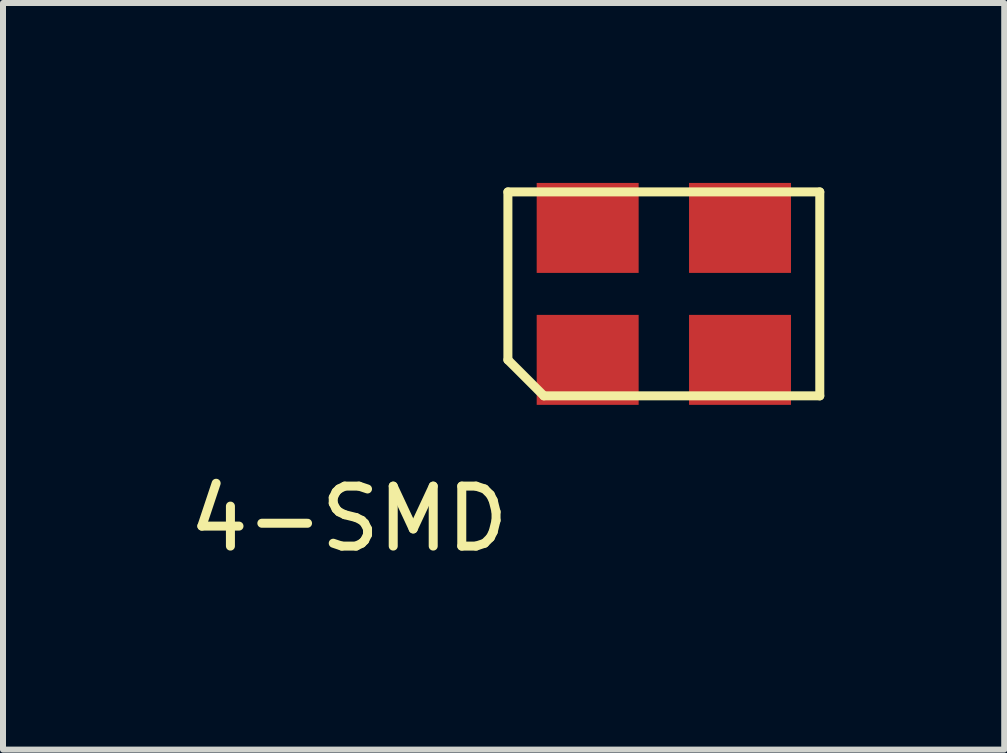
<source format=kicad_pcb>
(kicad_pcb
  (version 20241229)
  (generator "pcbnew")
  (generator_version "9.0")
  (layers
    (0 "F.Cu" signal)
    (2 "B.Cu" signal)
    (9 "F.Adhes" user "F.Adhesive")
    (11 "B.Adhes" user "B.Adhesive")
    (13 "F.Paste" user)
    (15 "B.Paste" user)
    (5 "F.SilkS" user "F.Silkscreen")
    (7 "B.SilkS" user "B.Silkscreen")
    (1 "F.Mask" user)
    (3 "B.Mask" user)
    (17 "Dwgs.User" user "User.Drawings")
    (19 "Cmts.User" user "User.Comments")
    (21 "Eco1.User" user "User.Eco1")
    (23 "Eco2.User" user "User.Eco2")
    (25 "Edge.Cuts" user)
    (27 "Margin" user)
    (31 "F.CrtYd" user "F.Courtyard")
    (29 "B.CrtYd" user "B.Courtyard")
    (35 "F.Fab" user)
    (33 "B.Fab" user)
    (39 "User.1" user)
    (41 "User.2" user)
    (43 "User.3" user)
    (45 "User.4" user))
  (footprint "4-SMD"
    (layer "F.Cu")
    (at 8.018 1.85)
    (property "Reference" "4-SMD" (at -5.25 3.75 0) (layer "F.SilkS") (effects (font (size 1 1) (thickness 0.15))))
    (attr through_hole)
    (fp_line (start -2.6 -1.7) (end 2.6 -1.7) (stroke (width 0.15) (type solid)) (layer "F.SilkS"))
    (fp_line (start -2.6 1.1) (end -2.6 -1.7) (stroke (width 0.15) (type solid)) (layer "F.SilkS"))
    (fp_line (start -2 1.7) (end -2.6 1.1) (stroke (width 0.15) (type solid)) (layer "F.SilkS"))
    (fp_line (start 2.6 -1.7) (end 2.6 1.7) (stroke (width 0.15) (type solid)) (layer "F.SilkS"))
    (fp_line (start 2.6 1.7) (end -2 1.7) (stroke (width 0.15) (type solid)) (layer "F.SilkS"))
    (pad "1" smd rect (at -1.27 1.1) (size 1.7 1.5) (layers "F.Cu" "F.Mask" "F.Paste"))
    (pad "2" smd rect (at 1.27 1.1) (size 1.7 1.5) (layers "F.Cu" "F.Mask" "F.Paste"))
    (pad "3" smd rect (at 1.27 -1.1) (size 1.7 1.5) (layers "F.Cu" "F.Mask" "F.Paste"))
    (pad "4" smd rect (at -1.27 -1.1) (size 1.7 1.5) (layers "F.Cu" "F.Mask" "F.Paste")))
  (gr_rect
    (start -3 -3)
    (end 13.693 9.448)
    (stroke (width 0.1) (type default))
    (fill no)
    (layer "Edge.Cuts")))
</source>
